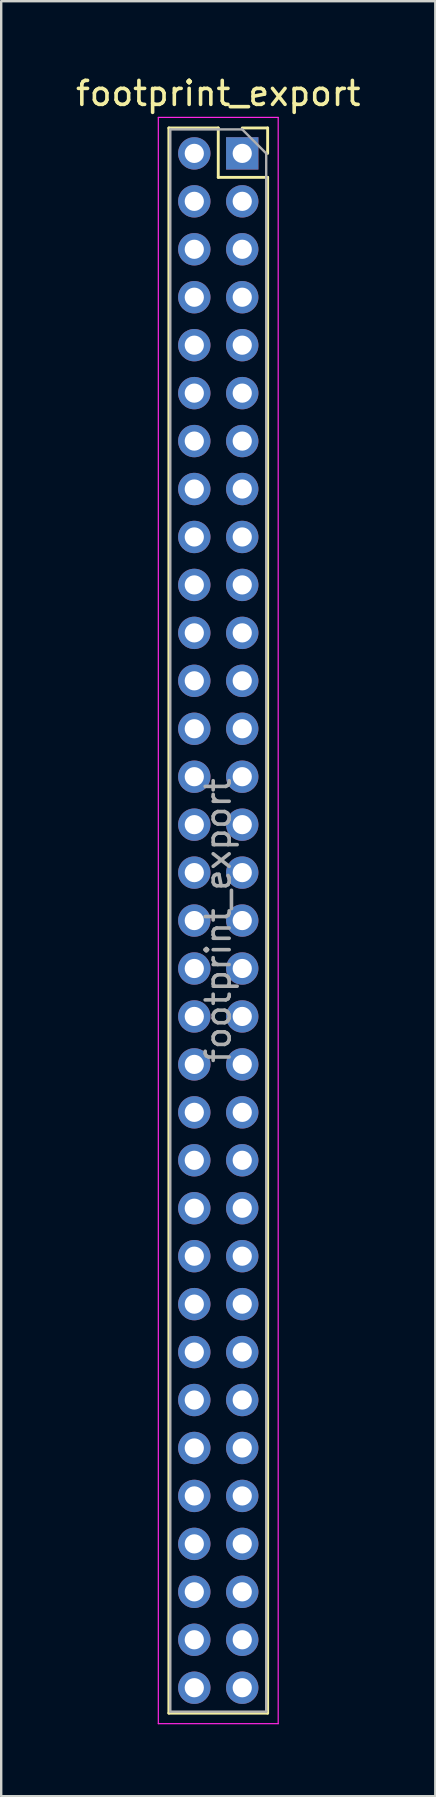
<source format=kicad_pcb>
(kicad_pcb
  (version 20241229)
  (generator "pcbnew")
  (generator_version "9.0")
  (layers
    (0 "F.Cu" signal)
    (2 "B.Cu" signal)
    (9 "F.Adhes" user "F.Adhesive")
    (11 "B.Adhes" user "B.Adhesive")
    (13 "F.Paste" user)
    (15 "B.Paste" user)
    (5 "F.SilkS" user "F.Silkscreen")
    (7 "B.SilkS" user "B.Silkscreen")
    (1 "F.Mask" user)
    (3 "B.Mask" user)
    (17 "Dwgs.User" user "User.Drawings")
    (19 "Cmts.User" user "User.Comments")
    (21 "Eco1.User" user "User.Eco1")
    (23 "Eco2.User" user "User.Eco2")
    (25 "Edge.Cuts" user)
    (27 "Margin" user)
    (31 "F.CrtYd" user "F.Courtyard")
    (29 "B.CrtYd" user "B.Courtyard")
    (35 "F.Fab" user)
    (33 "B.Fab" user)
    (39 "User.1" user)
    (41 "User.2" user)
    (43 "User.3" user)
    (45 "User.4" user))
  (footprint "footprint_export"
    (layer "F.Cu")
    (at 7.054 3.348)
    (property "Reference" "footprint_export" (at -1 -2.5 0) (layer "F.SilkS") (effects (font (size 1 1) (thickness 0.15))))
    (attr through_hole)
    (fp_line (start -3.06 -1.06) (end -3.06 65.06) (stroke (width 0.12) (type solid)) (layer "F.SilkS"))
    (fp_line (start -3.06 -1.06) (end -1 -1.06) (stroke (width 0.12) (type solid)) (layer "F.SilkS"))
    (fp_line (start -3.06 65.06) (end 1.06 65.06) (stroke (width 0.12) (type solid)) (layer "F.SilkS"))
    (fp_line (start -1 -1.06) (end -1 1) (stroke (width 0.12) (type solid)) (layer "F.SilkS"))
    (fp_line (start -1 1) (end 1.06 1) (stroke (width 0.12) (type solid)) (layer "F.SilkS"))
    (fp_line (start 0 -1.06) (end 1.06 -1.06) (stroke (width 0.12) (type solid)) (layer "F.SilkS"))
    (fp_line (start 1.06 -1.06) (end 1.06 0) (stroke (width 0.12) (type solid)) (layer "F.SilkS"))
    (fp_line (start 1.06 1) (end 1.06 65.06) (stroke (width 0.12) (type solid)) (layer "F.SilkS"))
    (fp_line (start -3.5 -1.5) (end 1.5 -1.5) (stroke (width 0.05) (type solid)) (layer "F.CrtYd"))
    (fp_line (start -3.5 65.5) (end -3.5 -1.5) (stroke (width 0.05) (type solid)) (layer "F.CrtYd"))
    (fp_line (start 1.5 -1.5) (end 1.5 65.5) (stroke (width 0.05) (type solid)) (layer "F.CrtYd"))
    (fp_line (start 1.5 65.5) (end -3.5 65.5) (stroke (width 0.05) (type solid)) (layer "F.CrtYd"))
    (fp_line (start -3 -1) (end 0 -1) (stroke (width 0.1) (type solid)) (layer "F.Fab"))
    (fp_line (start -3 65) (end -3 -1) (stroke (width 0.1) (type solid)) (layer "F.Fab"))
    (fp_line (start 0 -1) (end 1 0) (stroke (width 0.1) (type solid)) (layer "F.Fab"))
    (fp_line (start 1 0) (end 1 65) (stroke (width 0.1) (type solid)) (layer "F.Fab"))
    (fp_line (start 1 65) (end -3 65) (stroke (width 0.1) (type solid)) (layer "F.Fab"))
    (fp_text user "${REFERENCE}" (at -1 32 90) (layer "F.Fab") (effects (font (size 1 1) (thickness 0.15))))
    (pad "1" thru_hole rect (at 0 0) (size 1.35 1.35) (drill 0.8) (layers "*.Cu" "*.Mask"))
    (pad "2" thru_hole oval (at -2 0) (size 1.35 1.35) (drill 0.8) (layers "*.Cu" "*.Mask"))
    (pad "3" thru_hole oval (at 0 2) (size 1.35 1.35) (drill 0.8) (layers "*.Cu" "*.Mask"))
    (pad "4" thru_hole oval (at -2 2) (size 1.35 1.35) (drill 0.8) (layers "*.Cu" "*.Mask"))
    (pad "5" thru_hole oval (at 0 4) (size 1.35 1.35) (drill 0.8) (layers "*.Cu" "*.Mask"))
    (pad "6" thru_hole oval (at -2 4) (size 1.35 1.35) (drill 0.8) (layers "*.Cu" "*.Mask"))
    (pad "7" thru_hole oval (at 0 6) (size 1.35 1.35) (drill 0.8) (layers "*.Cu" "*.Mask"))
    (pad "8" thru_hole oval (at -2 6) (size 1.35 1.35) (drill 0.8) (layers "*.Cu" "*.Mask"))
    (pad "9" thru_hole oval (at 0 8) (size 1.35 1.35) (drill 0.8) (layers "*.Cu" "*.Mask"))
    (pad "10" thru_hole oval (at -2 8) (size 1.35 1.35) (drill 0.8) (layers "*.Cu" "*.Mask"))
    (pad "11" thru_hole oval (at 0 10) (size 1.35 1.35) (drill 0.8) (layers "*.Cu" "*.Mask"))
    (pad "12" thru_hole oval (at -2 10) (size 1.35 1.35) (drill 0.8) (layers "*.Cu" "*.Mask"))
    (pad "13" thru_hole oval (at 0 12) (size 1.35 1.35) (drill 0.8) (layers "*.Cu" "*.Mask"))
    (pad "14" thru_hole oval (at -2 12) (size 1.35 1.35) (drill 0.8) (layers "*.Cu" "*.Mask"))
    (pad "15" thru_hole oval (at 0 14) (size 1.35 1.35) (drill 0.8) (layers "*.Cu" "*.Mask"))
    (pad "16" thru_hole oval (at -2 14) (size 1.35 1.35) (drill 0.8) (layers "*.Cu" "*.Mask"))
    (pad "17" thru_hole oval (at 0 16) (size 1.35 1.35) (drill 0.8) (layers "*.Cu" "*.Mask"))
    (pad "18" thru_hole oval (at -2 16) (size 1.35 1.35) (drill 0.8) (layers "*.Cu" "*.Mask"))
    (pad "19" thru_hole oval (at 0 18) (size 1.35 1.35) (drill 0.8) (layers "*.Cu" "*.Mask"))
    (pad "20" thru_hole oval (at -2 18) (size 1.35 1.35) (drill 0.8) (layers "*.Cu" "*.Mask"))
    (pad "21" thru_hole oval (at 0 20) (size 1.35 1.35) (drill 0.8) (layers "*.Cu" "*.Mask"))
    (pad "22" thru_hole oval (at -2 20) (size 1.35 1.35) (drill 0.8) (layers "*.Cu" "*.Mask"))
    (pad "23" thru_hole oval (at 0 22) (size 1.35 1.35) (drill 0.8) (layers "*.Cu" "*.Mask"))
    (pad "24" thru_hole oval (at -2 22) (size 1.35 1.35) (drill 0.8) (layers "*.Cu" "*.Mask"))
    (pad "25" thru_hole oval (at 0 24) (size 1.35 1.35) (drill 0.8) (layers "*.Cu" "*.Mask"))
    (pad "26" thru_hole oval (at -2 24) (size 1.35 1.35) (drill 0.8) (layers "*.Cu" "*.Mask"))
    (pad "27" thru_hole oval (at 0 26) (size 1.35 1.35) (drill 0.8) (layers "*.Cu" "*.Mask"))
    (pad "28" thru_hole oval (at -2 26) (size 1.35 1.35) (drill 0.8) (layers "*.Cu" "*.Mask"))
    (pad "29" thru_hole oval (at 0 28) (size 1.35 1.35) (drill 0.8) (layers "*.Cu" "*.Mask"))
    (pad "30" thru_hole oval (at -2 28) (size 1.35 1.35) (drill 0.8) (layers "*.Cu" "*.Mask"))
    (pad "31" thru_hole oval (at 0 30) (size 1.35 1.35) (drill 0.8) (layers "*.Cu" "*.Mask"))
    (pad "32" thru_hole oval (at -2 30) (size 1.35 1.35) (drill 0.8) (layers "*.Cu" "*.Mask"))
    (pad "33" thru_hole oval (at 0 32) (size 1.35 1.35) (drill 0.8) (layers "*.Cu" "*.Mask"))
    (pad "34" thru_hole oval (at -2 32) (size 1.35 1.35) (drill 0.8) (layers "*.Cu" "*.Mask"))
    (pad "35" thru_hole oval (at 0 34) (size 1.35 1.35) (drill 0.8) (layers "*.Cu" "*.Mask"))
    (pad "36" thru_hole oval (at -2 34) (size 1.35 1.35) (drill 0.8) (layers "*.Cu" "*.Mask"))
    (pad "37" thru_hole oval (at 0 36) (size 1.35 1.35) (drill 0.8) (layers "*.Cu" "*.Mask"))
    (pad "38" thru_hole oval (at -2 36) (size 1.35 1.35) (drill 0.8) (layers "*.Cu" "*.Mask"))
    (pad "39" thru_hole oval (at 0 38) (size 1.35 1.35) (drill 0.8) (layers "*.Cu" "*.Mask"))
    (pad "40" thru_hole oval (at -2 38) (size 1.35 1.35) (drill 0.8) (layers "*.Cu" "*.Mask"))
    (pad "41" thru_hole oval (at 0 40) (size 1.35 1.35) (drill 0.8) (layers "*.Cu" "*.Mask"))
    (pad "42" thru_hole oval (at -2 40) (size 1.35 1.35) (drill 0.8) (layers "*.Cu" "*.Mask"))
    (pad "43" thru_hole oval (at 0 42) (size 1.35 1.35) (drill 0.8) (layers "*.Cu" "*.Mask"))
    (pad "44" thru_hole oval (at -2 42) (size 1.35 1.35) (drill 0.8) (layers "*.Cu" "*.Mask"))
    (pad "45" thru_hole oval (at 0 44) (size 1.35 1.35) (drill 0.8) (layers "*.Cu" "*.Mask"))
    (pad "46" thru_hole oval (at -2 44) (size 1.35 1.35) (drill 0.8) (layers "*.Cu" "*.Mask"))
    (pad "47" thru_hole oval (at 0 46) (size 1.35 1.35) (drill 0.8) (layers "*.Cu" "*.Mask"))
    (pad "48" thru_hole oval (at -2 46) (size 1.35 1.35) (drill 0.8) (layers "*.Cu" "*.Mask"))
    (pad "49" thru_hole oval (at 0 48) (size 1.35 1.35) (drill 0.8) (layers "*.Cu" "*.Mask"))
    (pad "50" thru_hole oval (at -2 48) (size 1.35 1.35) (drill 0.8) (layers "*.Cu" "*.Mask"))
    (pad "51" thru_hole oval (at 0 50) (size 1.35 1.35) (drill 0.8) (layers "*.Cu" "*.Mask"))
    (pad "52" thru_hole oval (at -2 50) (size 1.35 1.35) (drill 0.8) (layers "*.Cu" "*.Mask"))
    (pad "53" thru_hole oval (at 0 52) (size 1.35 1.35) (drill 0.8) (layers "*.Cu" "*.Mask"))
    (pad "54" thru_hole oval (at -2 52) (size 1.35 1.35) (drill 0.8) (layers "*.Cu" "*.Mask"))
    (pad "55" thru_hole oval (at 0 54) (size 1.35 1.35) (drill 0.8) (layers "*.Cu" "*.Mask"))
    (pad "56" thru_hole oval (at -2 54) (size 1.35 1.35) (drill 0.8) (layers "*.Cu" "*.Mask"))
    (pad "57" thru_hole oval (at 0 56) (size 1.35 1.35) (drill 0.8) (layers "*.Cu" "*.Mask"))
    (pad "58" thru_hole oval (at -2 56) (size 1.35 1.35) (drill 0.8) (layers "*.Cu" "*.Mask"))
    (pad "59" thru_hole oval (at 0 58) (size 1.35 1.35) (drill 0.8) (layers "*.Cu" "*.Mask"))
    (pad "60" thru_hole oval (at -2 58) (size 1.35 1.35) (drill 0.8) (layers "*.Cu" "*.Mask"))
    (pad "61" thru_hole oval (at 0 60) (size 1.35 1.35) (drill 0.8) (layers "*.Cu" "*.Mask"))
    (pad "62" thru_hole oval (at -2 60) (size 1.35 1.35) (drill 0.8) (layers "*.Cu" "*.Mask"))
    (pad "63" thru_hole oval (at 0 62) (size 1.35 1.35) (drill 0.8) (layers "*.Cu" "*.Mask"))
    (pad "64" thru_hole oval (at -2 62) (size 1.35 1.35) (drill 0.8) (layers "*.Cu" "*.Mask"))
    (pad "65" thru_hole oval (at 0 64) (size 1.35 1.35) (drill 0.8) (layers "*.Cu" "*.Mask"))
    (pad "66" thru_hole oval (at -2 64) (size 1.35 1.35) (drill 0.8) (layers "*.Cu" "*.Mask")))
  (gr_rect
    (start -3 -3)
    (end 15.107 71.873)
    (stroke (width 0.1) (type default))
    (fill no)
    (layer "Edge.Cuts")))
</source>
